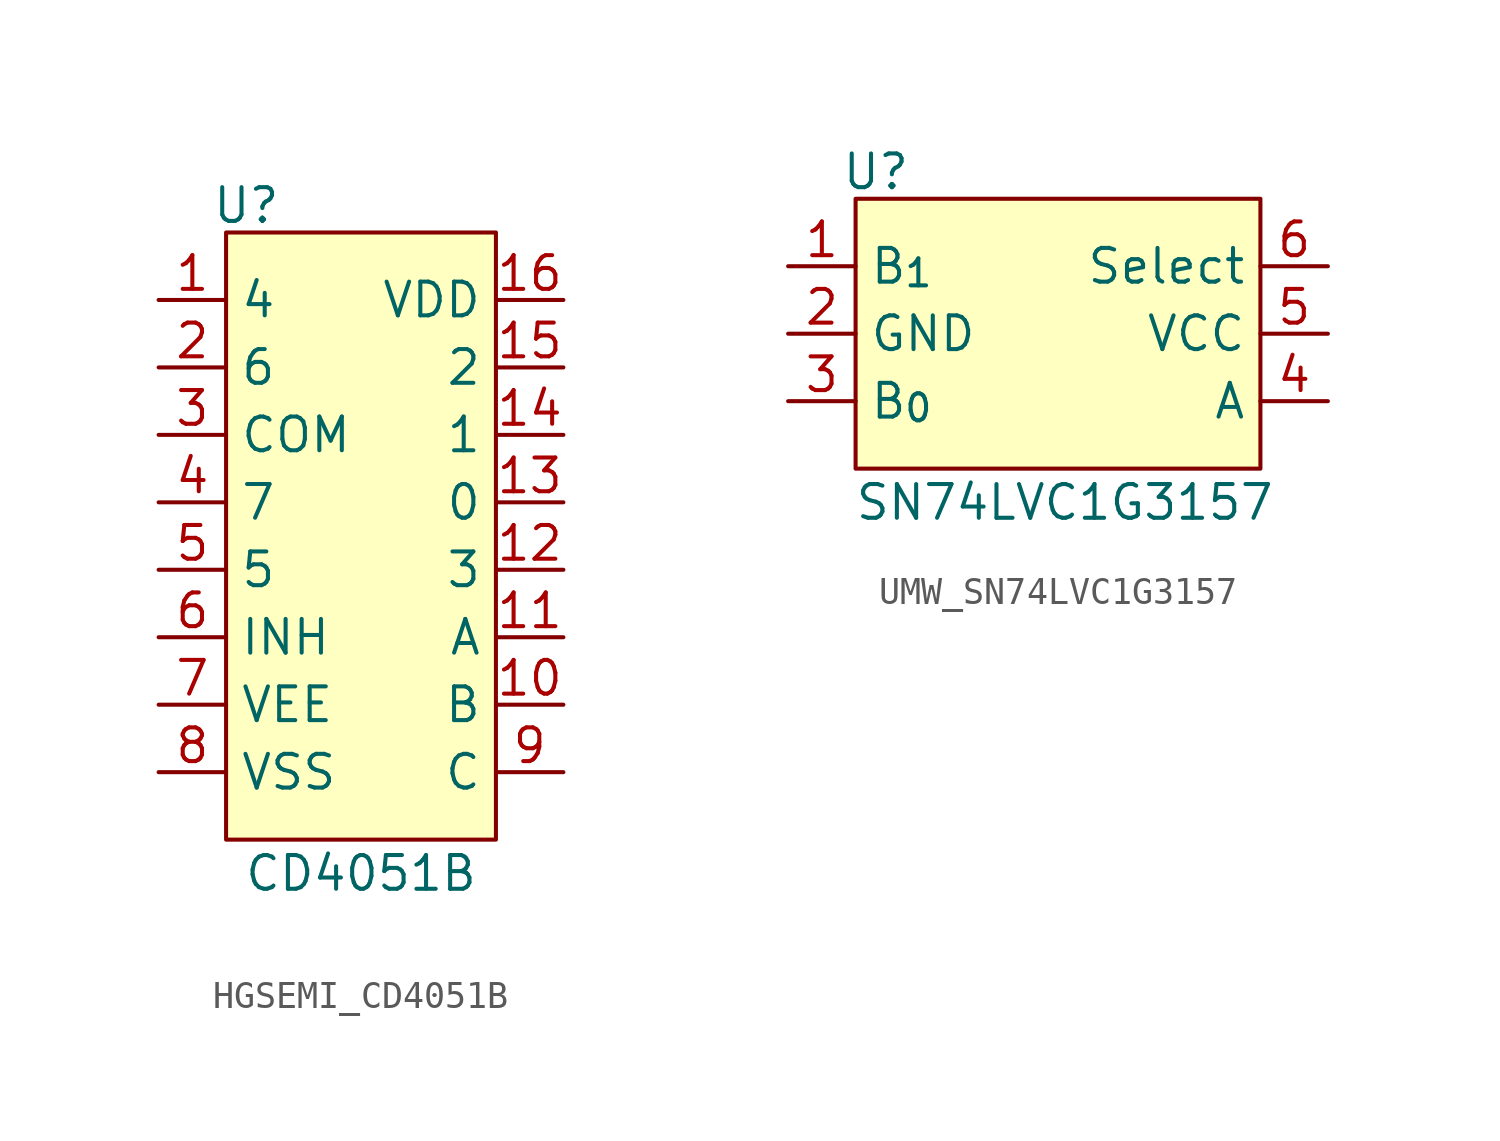
<source format=kicad_sym>
(kicad_symbol_lib
  (version 20231120)
  (generator "kicad_symbol_editor")
  (generator_version "8.0")
  (symbol "HGSEMI_CD4051B"
    (property "Reference" "U"
      (at -4.318 13.716 0)
      (do_not_autoplace)
      (effects (font (size 1.27 1.27))))
    (property "Value" "CD4051B"
      (at 0 -11.43 0)
      (effects (font (size 1.27 1.27))))
    (symbol "HGSEMI_CD4051B_0_0"
      (pin passive line (at -7.62 10.16 0) (length 2.54) (name "4" (effects (font (size 1.27 1.27)))) (number "1" (effects (font (size 1.27 1.27)))))
      (pin input line (at 7.62 -5.08 180) (length 2.54) (name "B" (effects (font (size 1.27 1.27)))) (number "10" (effects (font (size 1.27 1.27)))))
      (pin input line (at 7.62 -2.54 180) (length 2.54) (name "A" (effects (font (size 1.27 1.27)))) (number "11" (effects (font (size 1.27 1.27)))))
      (pin passive line (at 7.62 0 180) (length 2.54) (name "3" (effects (font (size 1.27 1.27)))) (number "12" (effects (font (size 1.27 1.27)))))
      (pin passive line (at 7.62 2.54 180) (length 2.54) (name "0" (effects (font (size 1.27 1.27)))) (number "13" (effects (font (size 1.27 1.27)))))
      (pin passive line (at 7.62 5.08 180) (length 2.54) (name "1" (effects (font (size 1.27 1.27)))) (number "14" (effects (font (size 1.27 1.27)))))
      (pin passive line (at 7.62 7.62 180) (length 2.54) (name "2" (effects (font (size 1.27 1.27)))) (number "15" (effects (font (size 1.27 1.27)))))
      (pin power_in line (at 7.62 10.16 180) (length 2.54) (name "VDD" (effects (font (size 1.27 1.27)))) (number "16" (effects (font (size 1.27 1.27)))))
      (pin passive line (at -7.62 7.62 0) (length 2.54) (name "6" (effects (font (size 1.27 1.27)))) (number "2" (effects (font (size 1.27 1.27)))))
      (pin passive line (at -7.62 5.08 0) (length 2.54) (name "COM" (effects (font (size 1.27 1.27)))) (number "3" (effects (font (size 1.27 1.27)))))
      (pin passive line (at -7.62 2.54 0) (length 2.54) (name "7" (effects (font (size 1.27 1.27)))) (number "4" (effects (font (size 1.27 1.27)))))
      (pin passive line (at -7.62 0 0) (length 2.54) (name "5" (effects (font (size 1.27 1.27)))) (number "5" (effects (font (size 1.27 1.27)))))
      (pin input line (at -7.62 -2.54 0) (length 2.54) (name "INH" (effects (font (size 1.27 1.27)))) (number "6" (effects (font (size 1.27 1.27)))))
      (pin power_in line (at -7.62 -5.08 0) (length 2.54) (name "VEE" (effects (font (size 1.27 1.27)))) (number "7" (effects (font (size 1.27 1.27)))))
      (pin power_in line (at -7.62 -7.62 0) (length 2.54) (name "VSS" (effects (font (size 1.27 1.27)))) (number "8" (effects (font (size 1.27 1.27)))))
      (pin input line (at 7.62 -7.62 180) (length 2.54) (name "C" (effects (font (size 1.27 1.27)))) (number "9" (effects (font (size 1.27 1.27))))))
    (symbol "HGSEMI_CD4051B_0_1"
      (rectangle (start -5.08 12.7) (end 5.08 -10.16) (stroke (width 0) (type default)) (fill (type background)))))
  (symbol "UMW_SN74LVC1G3157"
    (property "Reference" "U"
      (at -6.858 6.096 0)
      (do_not_autoplace)
      (effects (font (size 1.27 1.27))))
    (property "Value" "SN74LVC1G3157"
      (at 0.254 -6.35 0)
      (do_not_autoplace)
      (effects (font (size 1.27 1.27))))
    (symbol "UMW_SN74LVC1G3157_0_0"
      (pin passive line (at -10.16 2.54 0) (length 2.54) (name "B_{1}" (effects (font (size 1.27 1.27)))) (number "1" (effects (font (size 1.27 1.27)))))
      (pin power_in line (at -10.16 0 0) (length 2.54) (name "GND" (effects (font (size 1.27 1.27)))) (number "2" (effects (font (size 1.27 1.27)))))
      (pin passive line (at -10.16 -2.54 0) (length 2.54) (name "B_{0}" (effects (font (size 1.27 1.27)))) (number "3" (effects (font (size 1.27 1.27)))))
      (pin passive line (at 10.16 -2.54 180) (length 2.54) (name "A" (effects (font (size 1.27 1.27)))) (number "4" (effects (font (size 1.27 1.27)))))
      (pin power_in line (at 10.16 0 180) (length 2.54) (name "VCC" (effects (font (size 1.27 1.27)))) (number "5" (effects (font (size 1.27 1.27)))))
      (pin input line (at 10.16 2.54 180) (length 2.54) (name "Select" (effects (font (size 1.27 1.27)))) (number "6" (effects (font (size 1.27 1.27))))))
    (symbol "UMW_SN74LVC1G3157_0_1"
      (rectangle (start -7.62 5.08) (end 7.62 -5.08) (stroke (width 0) (type default)) (fill (type background))))))
</source>
